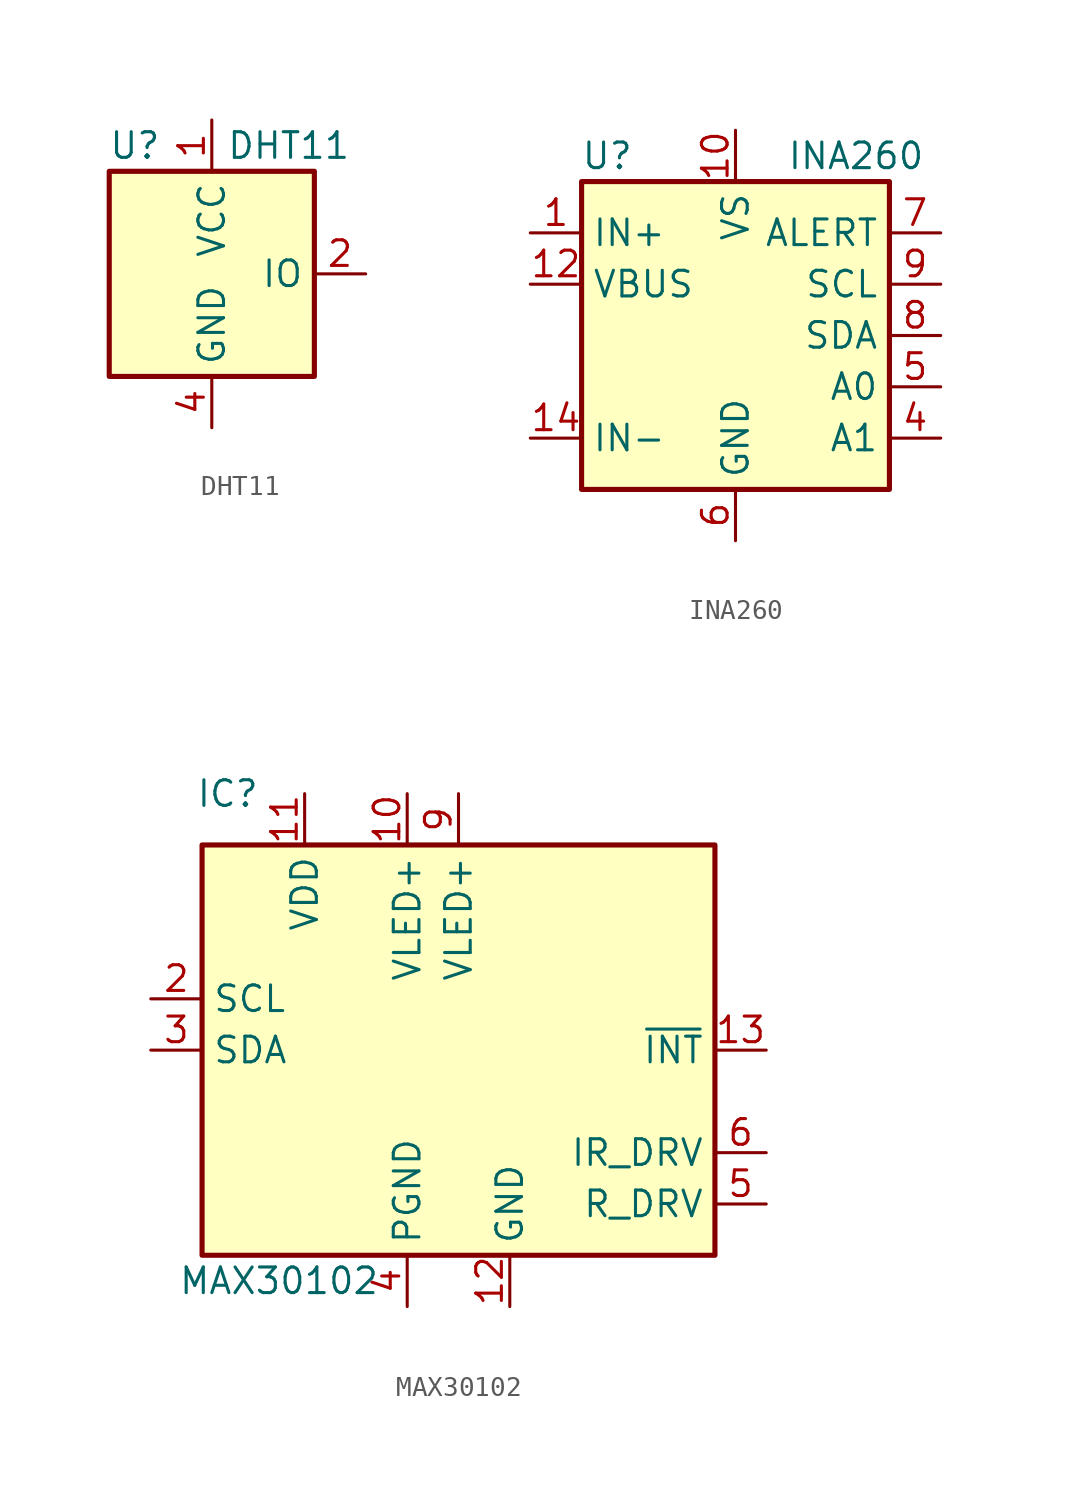
<source format=kicad_sym>
(kicad_symbol_lib
  (version 20200908)
  (generator kicad_symbol_editor)
  (symbol "Sensor:DHT11"
    (property "Reference" "U"
      (at -3.81 6.35 0)
      (effects (font (size 1.27 1.27))))
    (property "Value" "DHT11"
      (at 3.81 6.35 0)
      (effects (font (size 1.27 1.27))))
    (symbol "DHT11_0_1"
      (rectangle (start -5.08 5.08) (end 5.08 -5.08) (stroke (width 0.254)) (fill (type background))))
    (symbol "DHT11_1_1"
      (pin power_in line (at 0 7.62 270) (length 2.54) (name "VCC" (effects (font (size 1.27 1.27)))) (number "1" (effects (font (size 1.27 1.27)))))
      (pin bidirectional line (at 7.62 0 180) (length 2.54) (name "IO" (effects (font (size 1.27 1.27)))) (number "2" (effects (font (size 1.27 1.27)))))
      (pin unconnected line (at -5.08 0 0) (length 2.54) hide (name "NC" (effects (font (size 1.27 1.27)))) (number "3" (effects (font (size 1.27 1.27)))))
      (pin power_in line (at 0 -7.62 90) (length 2.54) (name "GND" (effects (font (size 1.27 1.27)))) (number "4" (effects (font (size 1.27 1.27)))))))
  (symbol "Sensor:INA260"
    (property "Reference" "U"
      (at -6.35 8.89 0)
      (effects (font (size 1.27 1.27))))
    (property "Value" "INA260"
      (at 2.54 8.89 0)
      (effects (font (size 1.27 1.27)) (justify left)))
    (symbol "INA260_0_1"
      (rectangle (start -7.62 7.62) (end 7.62 -7.62) (stroke (width 0.254)) (fill (type background))))
    (symbol "INA260_1_1"
      (pin passive line (at -10.16 5.08 0) (length 2.54) (name "IN+" (effects (font (size 1.27 1.27)))) (number "1" (effects (font (size 1.27 1.27)))))
      (pin power_in line (at 0 10.16 270) (length 2.54) (name "VS" (effects (font (size 1.27 1.27)))) (number "10" (effects (font (size 1.27 1.27)))))
      (pin passive line (at 0 -10.16 90) (length 2.54) hide (name "GND" (effects (font (size 1.27 1.27)))) (number "11" (effects (font (size 1.27 1.27)))))
      (pin passive line (at -10.16 2.54 0) (length 2.54) (name "VBUS" (effects (font (size 1.27 1.27)))) (number "12" (effects (font (size 1.27 1.27)))))
      (pin unconnected line (at 2.54 -7.62 90) (length 2.54) hide (name "NC" (effects (font (size 1.27 1.27)))) (number "13" (effects (font (size 1.27 1.27)))))
      (pin passive line (at -10.16 -5.08 0) (length 2.54) (name "IN-" (effects (font (size 1.27 1.27)))) (number "14" (effects (font (size 1.27 1.27)))))
      (pin passive line (at -10.16 -5.08 0) (length 2.54) hide (name "IN-" (effects (font (size 1.27 1.27)))) (number "15" (effects (font (size 1.27 1.27)))))
      (pin passive line (at -10.16 -5.08 0) (length 2.54) hide (name "IN-" (effects (font (size 1.27 1.27)))) (number "16" (effects (font (size 1.27 1.27)))))
      (pin passive line (at -10.16 5.08 0) (length 2.54) hide (name "IN+" (effects (font (size 1.27 1.27)))) (number "2" (effects (font (size 1.27 1.27)))))
      (pin passive line (at -10.16 5.08 0) (length 2.54) hide (name "IN+" (effects (font (size 1.27 1.27)))) (number "3" (effects (font (size 1.27 1.27)))))
      (pin input line (at 10.16 -5.08 180) (length 2.54) (name "A1" (effects (font (size 1.27 1.27)))) (number "4" (effects (font (size 1.27 1.27)))))
      (pin input line (at 10.16 -2.54 180) (length 2.54) (name "A0" (effects (font (size 1.27 1.27)))) (number "5" (effects (font (size 1.27 1.27)))))
      (pin power_in line (at 0 -10.16 90) (length 2.54) (name "GND" (effects (font (size 1.27 1.27)))) (number "6" (effects (font (size 1.27 1.27)))))
      (pin open_collector line (at 10.16 5.08 180) (length 2.54) (name "ALERT" (effects (font (size 1.27 1.27)))) (number "7" (effects (font (size 1.27 1.27)))))
      (pin bidirectional line (at 10.16 0 180) (length 2.54) (name "SDA" (effects (font (size 1.27 1.27)))) (number "8" (effects (font (size 1.27 1.27)))))
      (pin input line (at 10.16 2.54 180) (length 2.54) (name "SCL" (effects (font (size 1.27 1.27)))) (number "9" (effects (font (size 1.27 1.27)))))))
  (symbol "Sensor:MAX30102"
    (property "Reference" "IC"
      (at -11.43 12.7 0)
      (effects (font (size 1.27 1.27))))
    (property "Value" "MAX30102"
      (at -8.89 -11.43 0)
      (effects (font (size 1.27 1.27))))
    (symbol "MAX30102_0_1"
      (rectangle (start -12.7 10.16) (end 12.7 -10.16) (stroke (width 0.254)) (fill (type background))))
    (symbol "MAX30102_1_1"
      (pin unconnected line (at 10.16 10.16 180) (length 2.54) hide (name "NC" (effects (font (size 1.27 1.27)))) (number "1" (effects (font (size 1.27 1.27)))))
      (pin power_in line (at -2.54 12.7 270) (length 2.54) (name "VLED+" (effects (font (size 1.27 1.27)))) (number "10" (effects (font (size 1.27 1.27)))))
      (pin power_in line (at -7.62 12.7 270) (length 2.54) (name "VDD" (effects (font (size 1.27 1.27)))) (number "11" (effects (font (size 1.27 1.27)))))
      (pin power_in line (at 2.54 -12.7 90) (length 2.54) (name "GND" (effects (font (size 1.27 1.27)))) (number "12" (effects (font (size 1.27 1.27)))))
      (pin output line (at 15.24 0 180) (length 2.54) (name "~INT" (effects (font (size 1.27 1.27)))) (number "13" (effects (font (size 1.27 1.27)))))
      (pin unconnected line (at 10.16 2.54 180) (length 2.54) hide (name "NC" (effects (font (size 1.27 1.27)))) (number "14" (effects (font (size 1.27 1.27)))))
      (pin input line (at -15.24 2.54 0) (length 2.54) (name "SCL" (effects (font (size 1.27 1.27)))) (number "2" (effects (font (size 1.27 1.27)))))
      (pin bidirectional line (at -15.24 0 0) (length 2.54) (name "SDA" (effects (font (size 1.27 1.27)))) (number "3" (effects (font (size 1.27 1.27)))))
      (pin power_in line (at -2.54 -12.7 90) (length 2.54) (name "PGND" (effects (font (size 1.27 1.27)))) (number "4" (effects (font (size 1.27 1.27)))))
      (pin output line (at 15.24 -7.62 180) (length 2.54) (name "R_DRV" (effects (font (size 1.27 1.27)))) (number "5" (effects (font (size 1.27 1.27)))))
      (pin output line (at 15.24 -5.08 180) (length 2.54) (name "IR_DRV" (effects (font (size 1.27 1.27)))) (number "6" (effects (font (size 1.27 1.27)))))
      (pin unconnected line (at 10.16 7.62 180) (length 2.54) hide (name "NC" (effects (font (size 1.27 1.27)))) (number "7" (effects (font (size 1.27 1.27)))))
      (pin unconnected line (at 10.16 5.08 180) (length 2.54) hide (name "NC" (effects (font (size 1.27 1.27)))) (number "8" (effects (font (size 1.27 1.27)))))
      (pin power_in line (at 0 12.7 270) (length 2.54) (name "VLED+" (effects (font (size 1.27 1.27)))) (number "9" (effects (font (size 1.27 1.27))))))))
</source>
